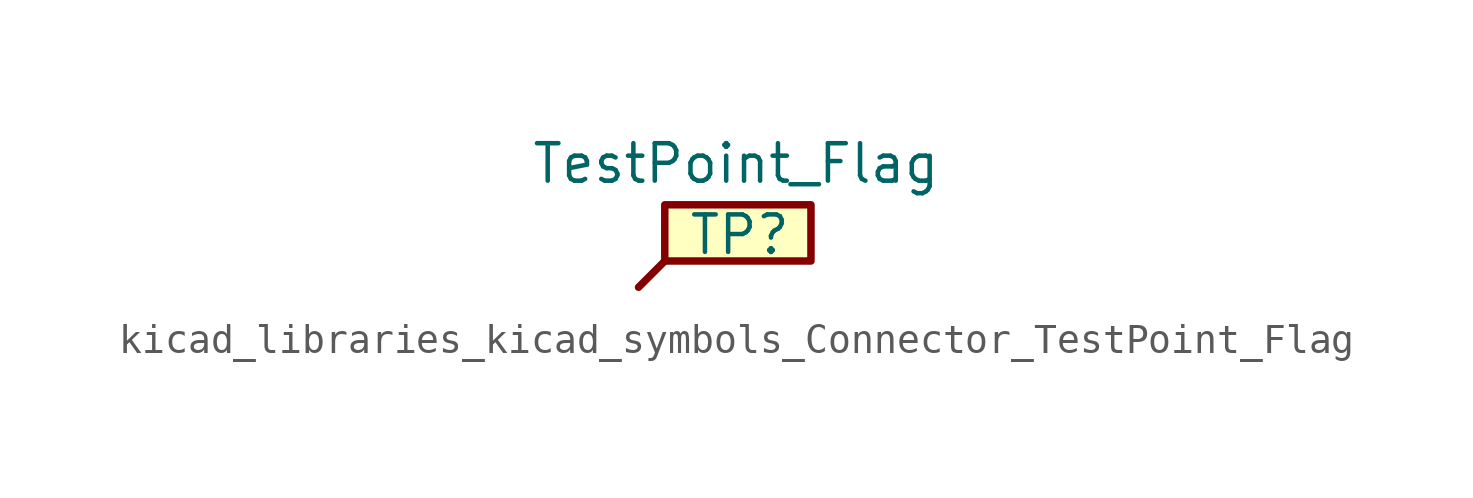
<source format=kicad_sym>
(kicad_symbol_lib
  (version 20220914)
  (generator kicad_symbol_editor)
  (symbol "kicad_libraries_kicad_symbols_Connector_TestPoint_Flag"
    (pin_numbers hide)
    (pin_names
      (offset 0.762) hide)
    (property "Reference" "TP"
      (at 3.429 1.778 0)
      (effects (font (size 1.27 1.27))))
    (property "Value" "TestPoint_Flag"
      (at 3.302 4.191 0)
      (effects (font (size 1.27 1.27))))
    (symbol "kicad_libraries_kicad_symbols_Connector_TestPoint_Flag_0_1"
      (polyline (pts (xy 0 0) (xy 0.889 0.889)) (stroke (width 0.254) (type default)) (fill (type none)))
      (rectangle (start 0.889 2.794) (end 5.842 0.889) (stroke (width 0.254) (type default)) (fill (type background))))
    (symbol "kicad_libraries_kicad_symbols_Connector_TestPoint_Flag_1_1"
      (pin passive line (at 0 0 90) (length 0) (name "1" (effects (font (size 1.27 1.27)))) (number "1" (effects (font (size 1.27 1.27))))))))
</source>
